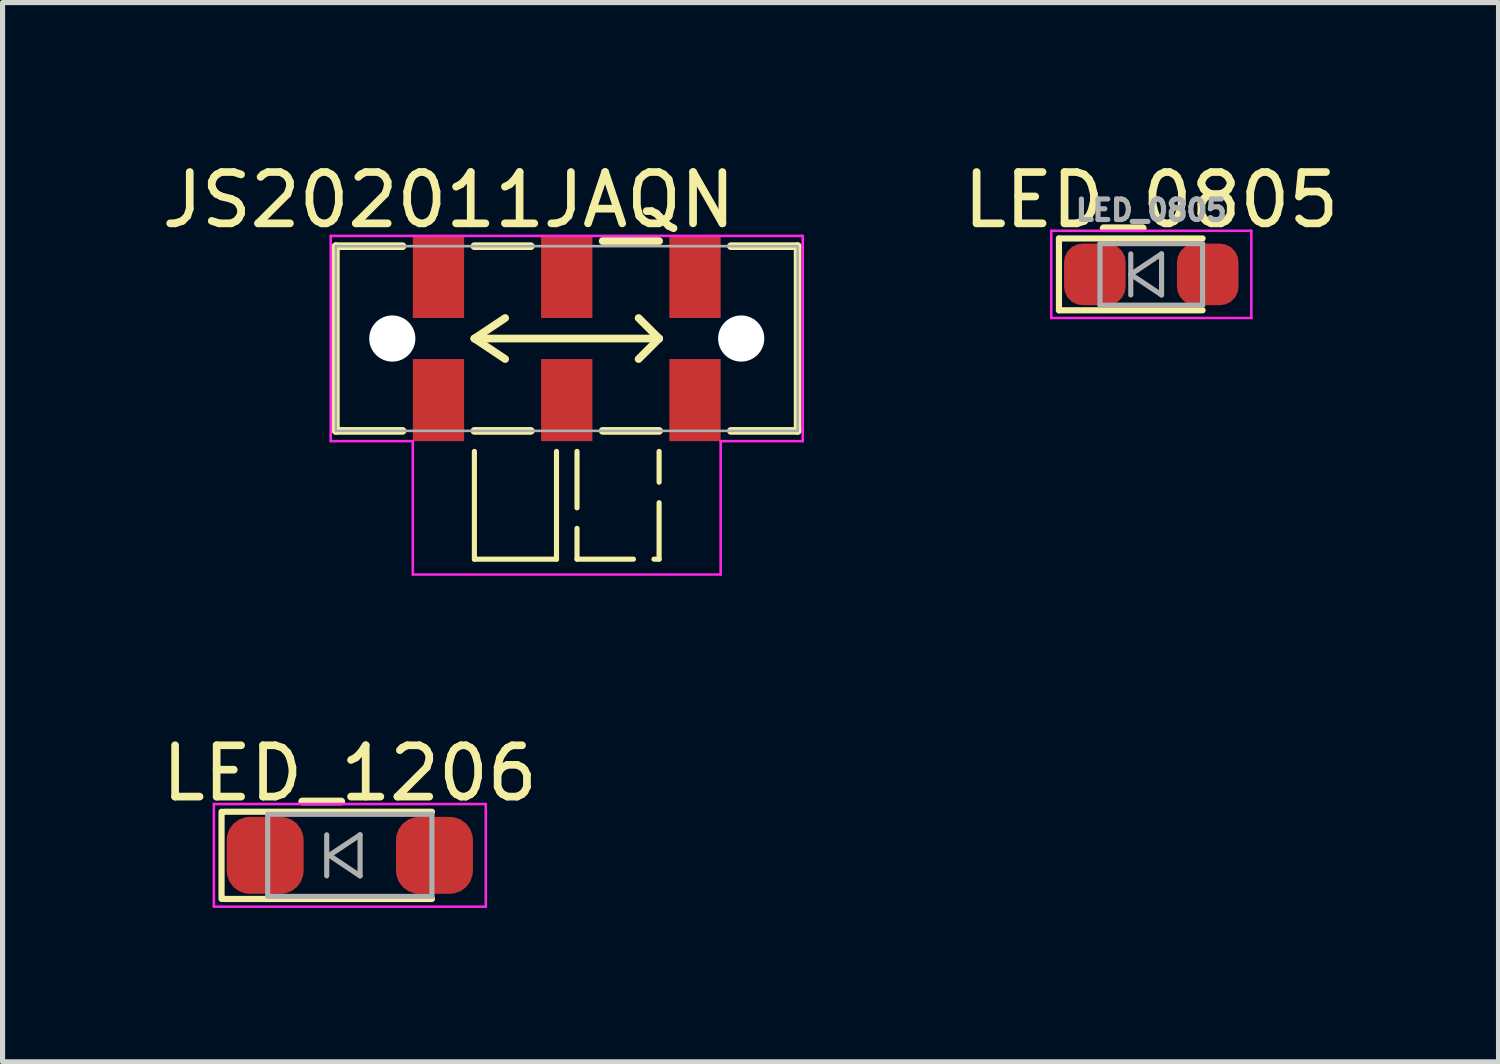
<source format=kicad_pcb>
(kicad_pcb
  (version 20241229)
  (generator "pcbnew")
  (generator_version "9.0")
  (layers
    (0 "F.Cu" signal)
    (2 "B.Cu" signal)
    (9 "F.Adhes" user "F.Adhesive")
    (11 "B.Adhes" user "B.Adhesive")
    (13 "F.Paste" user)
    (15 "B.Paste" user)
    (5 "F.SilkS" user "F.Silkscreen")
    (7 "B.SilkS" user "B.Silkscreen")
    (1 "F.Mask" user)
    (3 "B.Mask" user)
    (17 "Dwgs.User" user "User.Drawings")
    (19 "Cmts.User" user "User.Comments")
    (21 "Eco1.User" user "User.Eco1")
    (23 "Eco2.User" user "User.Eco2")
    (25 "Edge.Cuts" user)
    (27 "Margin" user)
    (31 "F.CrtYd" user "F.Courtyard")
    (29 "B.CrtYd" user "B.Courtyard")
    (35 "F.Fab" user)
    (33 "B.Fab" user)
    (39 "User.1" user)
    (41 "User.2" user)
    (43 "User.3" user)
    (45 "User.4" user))
  (footprint "LED_0805"
    (layer "F.Cu")
    (at 19.389 2.298)
    (property "Reference" "LED_0805" (at 0 -1.45 0) (layer "F.SilkS") (effects (font (size 1 1) (thickness 0.15))))
    (attr smd)
    (fp_line (start -1.8 -0.7) (end -1.8 0.7) (stroke (width 0.12) (type solid)) (layer "F.SilkS"))
    (fp_line (start -1.8 -0.7) (end 1 -0.7) (stroke (width 0.12) (type solid)) (layer "F.SilkS"))
    (fp_line (start -1.8 0.7) (end 1 0.7) (stroke (width 0.12) (type solid)) (layer "F.SilkS"))
    (fp_line (start -1.95 -0.85) (end 1.95 -0.85) (stroke (width 0.05) (type solid)) (layer "F.CrtYd"))
    (fp_line (start -1.95 0.85) (end -1.95 -0.85) (stroke (width 0.05) (type solid)) (layer "F.CrtYd"))
    (fp_line (start 1.95 -0.85) (end 1.95 0.85) (stroke (width 0.05) (type solid)) (layer "F.CrtYd"))
    (fp_line (start 1.95 0.85) (end -1.95 0.85) (stroke (width 0.05) (type solid)) (layer "F.CrtYd"))
    (fp_line (start -1 -0.6) (end 1 -0.6) (stroke (width 0.1) (type solid)) (layer "F.Fab"))
    (fp_line (start -1 0.6) (end -1 -0.6) (stroke (width 0.1) (type solid)) (layer "F.Fab"))
    (fp_line (start -0.4 -0.4) (end -0.4 0.4) (stroke (width 0.1) (type solid)) (layer "F.Fab"))
    (fp_line (start -0.4 0) (end 0.2 -0.4) (stroke (width 0.1) (type solid)) (layer "F.Fab"))
    (fp_line (start 0.2 -0.4) (end 0.2 0.4) (stroke (width 0.1) (type solid)) (layer "F.Fab"))
    (fp_line (start 0.2 0.4) (end -0.4 0) (stroke (width 0.1) (type solid)) (layer "F.Fab"))
    (fp_line (start 1 -0.6) (end 1 0.6) (stroke (width 0.1) (type solid)) (layer "F.Fab"))
    (fp_line (start 1 0.6) (end -1 0.6) (stroke (width 0.1) (type solid)) (layer "F.Fab"))
    (fp_text user "${REFERENCE}" (at 0 -1.25 0) (layer "F.Fab") (effects (font (size 0.4 0.4) (thickness 0.1))))
    (pad "1" smd roundrect (at -1.1 0 180) (size 1.2 1.2) (layers "F.Cu" "F.Mask" "F.Paste") (roundrect_rratio 0.3))
    (pad "2" smd roundrect (at 1.1 0 180) (size 1.2 1.2) (layers "F.Cu" "F.Mask" "F.Paste") (roundrect_rratio 0.3)))
  (footprint "LED_1206"
    (layer "F.Cu")
    (at 3.768 13.621)
    (property "Reference" "LED_1206" (at 0 -1.6 0) (layer "F.SilkS") (effects (font (size 1 1) (thickness 0.15))))
    (attr smd)
    (fp_line (start -2.5 -0.85) (end -2.5 0.85) (stroke (width 0.12) (type solid)) (layer "F.SilkS"))
    (fp_line (start -2.45 -0.85) (end 1.6 -0.85) (stroke (width 0.12) (type solid)) (layer "F.SilkS"))
    (fp_line (start -2.45 0.85) (end 1.6 0.85) (stroke (width 0.12) (type solid)) (layer "F.SilkS"))
    (fp_line (start -2.65 -1) (end 2.65 -1) (stroke (width 0.05) (type solid)) (layer "F.CrtYd"))
    (fp_line (start -2.65 1) (end -2.65 -1) (stroke (width 0.05) (type solid)) (layer "F.CrtYd"))
    (fp_line (start 2.65 -1) (end 2.65 1) (stroke (width 0.05) (type solid)) (layer "F.CrtYd"))
    (fp_line (start 2.65 1) (end -2.65 1) (stroke (width 0.05) (type solid)) (layer "F.CrtYd"))
    (fp_line (start -1.6 -0.8) (end 1.6 -0.8) (stroke (width 0.1) (type solid)) (layer "F.Fab"))
    (fp_line (start -1.6 0.8) (end -1.6 -0.8) (stroke (width 0.1) (type solid)) (layer "F.Fab"))
    (fp_line (start -0.45 -0.4) (end -0.45 0.4) (stroke (width 0.1) (type solid)) (layer "F.Fab"))
    (fp_line (start -0.4 0) (end 0.2 -0.4) (stroke (width 0.1) (type solid)) (layer "F.Fab"))
    (fp_line (start 0.2 -0.4) (end 0.2 0.4) (stroke (width 0.1) (type solid)) (layer "F.Fab"))
    (fp_line (start 0.2 0.4) (end -0.4 0) (stroke (width 0.1) (type solid)) (layer "F.Fab"))
    (fp_line (start 1.6 -0.8) (end 1.6 0.8) (stroke (width 0.1) (type solid)) (layer "F.Fab"))
    (fp_line (start 1.6 0.8) (end -1.6 0.8) (stroke (width 0.1) (type solid)) (layer "F.Fab"))
    (pad "1" smd roundrect (at -1.65 0 180) (size 1.5 1.5) (layers "F.Cu" "F.Mask" "F.Paste") (roundrect_rratio 0.3))
    (pad "2" smd roundrect (at 1.65 0 180) (size 1.5 1.5) (layers "F.Cu" "F.Mask" "F.Paste") (roundrect_rratio 0.3)))
  (footprint "JS202011JAQN"
    (layer "F.Cu")
    (at 7.996 3.548)
    (property "Reference" "JS202011JAQN" (at -2.3 -2.7 0) (layer "F.SilkS") (effects (font (size 1 1) (thickness 0.15))))
    (attr through_hole)
    (fp_line (start -4.5 -1.8) (end -4.5 1.8) (stroke (width 0.15) (type solid)) (layer "F.SilkS"))
    (fp_line (start -4.5 -1.8) (end -3.2 -1.8) (stroke (width 0.15) (type solid)) (layer "F.SilkS"))
    (fp_line (start -4.5 1.8) (end -3.2 1.8) (stroke (width 0.15) (type solid)) (layer "F.SilkS"))
    (fp_line (start -1.8 -1.8) (end -0.7 -1.8) (stroke (width 0.15) (type solid)) (layer "F.SilkS"))
    (fp_line (start -1.8 0) (end -1.2 -0.4) (stroke (width 0.15) (type solid)) (layer "F.SilkS"))
    (fp_line (start -1.8 0) (end -1.2 0.4) (stroke (width 0.15) (type solid)) (layer "F.SilkS"))
    (fp_line (start -1.8 0) (end 1.8 0) (stroke (width 0.15) (type solid)) (layer "F.SilkS"))
    (fp_line (start -1.8 2.2) (end -1.8 4.3) (stroke (width 0.1) (type default)) (layer "F.SilkS"))
    (fp_line (start -1.8 4.3) (end -0.2 4.3) (stroke (width 0.1) (type default)) (layer "F.SilkS"))
    (fp_line (start -0.7 1.8) (end -1.8 1.8) (stroke (width 0.15) (type solid)) (layer "F.SilkS"))
    (fp_line (start -0.2 4.3) (end -0.2 2.2) (stroke (width 0.1) (type default)) (layer "F.SilkS"))
    (fp_line (start 0.2 2.2) (end 0.2 4.3) (stroke (width 0.1) (type dash)) (layer "F.SilkS"))
    (fp_line (start 0.2 4.3) (end 1.8 4.3) (stroke (width 0.1) (type dash)) (layer "F.SilkS"))
    (fp_line (start 0.7 -1.9) (end 1.8 -1.9) (stroke (width 0.15) (type solid)) (layer "F.SilkS"))
    (fp_line (start 1.8 0) (end 1.4 -0.4) (stroke (width 0.15) (type solid)) (layer "F.SilkS"))
    (fp_line (start 1.8 0) (end 1.4 0.4) (stroke (width 0.15) (type solid)) (layer "F.SilkS"))
    (fp_line (start 1.8 1.8) (end 0.7 1.8) (stroke (width 0.15) (type solid)) (layer "F.SilkS"))
    (fp_line (start 1.8 4.3) (end 1.8 2.2) (stroke (width 0.1) (type dash)) (layer "F.SilkS"))
    (fp_line (start 3.2 -1.8) (end 4.5 -1.8) (stroke (width 0.15) (type solid)) (layer "F.SilkS"))
    (fp_line (start 4.5 -1.8) (end 4.5 1.8) (stroke (width 0.15) (type solid)) (layer "F.SilkS"))
    (fp_line (start 4.5 1.8) (end 3.2 1.8) (stroke (width 0.15) (type solid)) (layer "F.SilkS"))
    (fp_line (start -4.6 -2) (end -4.6 1.9) (stroke (width 0.05) (type solid)) (layer "F.CrtYd"))
    (fp_line (start -4.6 1.9) (end -4.6 2) (stroke (width 0.05) (type solid)) (layer "F.CrtYd"))
    (fp_line (start -3 2) (end -4.6 2) (stroke (width 0.05) (type default)) (layer "F.CrtYd"))
    (fp_line (start -3 2) (end -3 4.6) (stroke (width 0.05) (type default)) (layer "F.CrtYd"))
    (fp_line (start 3 2) (end 3 4.6) (stroke (width 0.05) (type default)) (layer "F.CrtYd"))
    (fp_line (start 3 4.6) (end -3 4.6) (stroke (width 0.05) (type default)) (layer "F.CrtYd"))
    (fp_line (start 4.6 -2) (end -4.6 -2) (stroke (width 0.05) (type solid)) (layer "F.CrtYd"))
    (fp_line (start 4.6 2) (end 3 2) (stroke (width 0.05) (type default)) (layer "F.CrtYd"))
    (fp_line (start 4.6 2) (end 4.6 -2) (stroke (width 0.05) (type solid)) (layer "F.CrtYd"))
    (fp_line (start -4.5 -1.8) (end 4.5 -1.8) (stroke (width 0.05) (type solid)) (layer "F.Fab"))
    (fp_line (start -4.5 1.8) (end -4.5 -1.8) (stroke (width 0.05) (type solid)) (layer "F.Fab"))
    (fp_line (start 4.5 -1.8) (end 4.5 1.8) (stroke (width 0.05) (type solid)) (layer "F.Fab"))
    (fp_line (start 4.5 1.8) (end -4.5 1.8) (stroke (width 0.05) (type solid)) (layer "F.Fab"))
    (pad "" np_thru_hole circle (at -3.4 0) (size 0.9 0.9) (drill 0.9) (layers "*.Cu" "*.Mask"))
    (pad "" np_thru_hole circle (at 3.4 0) (size 0.9 0.9) (drill 0.9) (layers "*.Cu" "*.Mask"))
    (pad "1" smd rect (at -2.5 -1.2) (size 1 1.6) (layers "F.Cu" "F.Mask" "F.Paste"))
    (pad "2" smd rect (at 0 -1.2) (size 1 1.6) (layers "F.Cu" "F.Mask" "F.Paste"))
    (pad "3" smd rect (at 2.5 -1.2) (size 1 1.6) (layers "F.Cu" "F.Mask" "F.Paste"))
    (pad "4" smd rect (at -2.5 1.2) (size 1 1.6) (layers "F.Cu" "F.Mask" "F.Paste"))
    (pad "5" smd rect (at 0 1.2) (size 1 1.6) (layers "F.Cu" "F.Mask" "F.Paste"))
    (pad "6" smd rect (at 2.5 1.2) (size 1 1.6) (layers "F.Cu" "F.Mask" "F.Paste")))
  (gr_rect
    (start -3 -3)
    (end 26.157 17.646)
    (stroke (width 0.1) (type default))
    (fill no)
    (layer "Edge.Cuts")))
</source>
